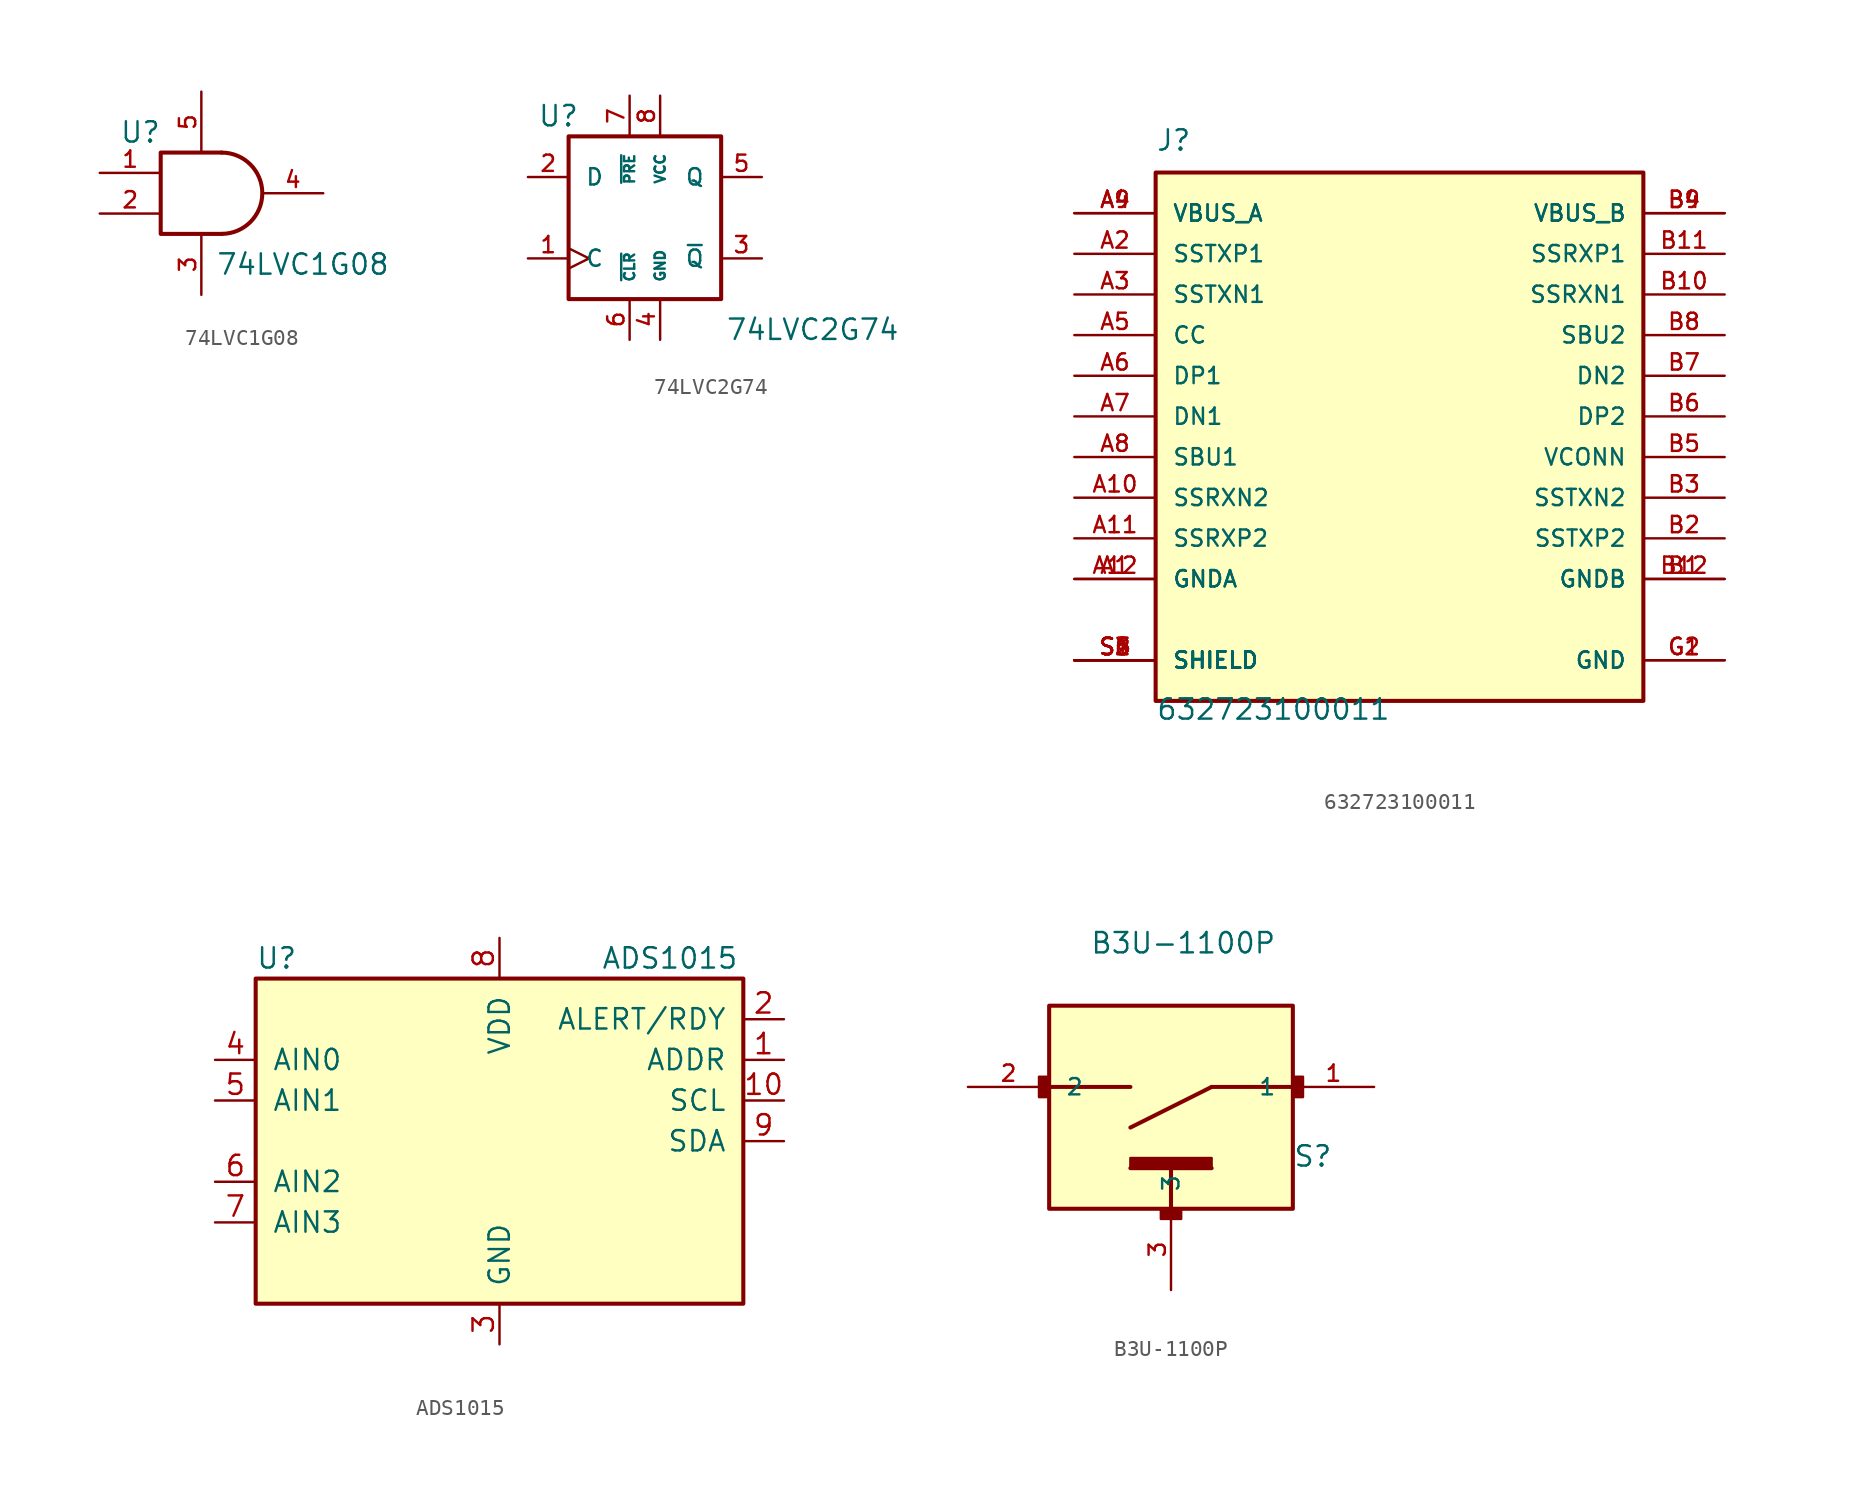
<source format=kicad_sym>
(kicad_symbol_lib
  (version 20211014)
  (generator kicad_symbol_editor)
  (symbol "74LVC1G08"
    (pin_names
      (offset 1.016))
    (property "Reference" "U"
      (at -5.08 3.81 0)
      (effects (font (size 1.27 1.27))))
    (property "Value" "74LVC1G08"
      (at 5.08 -4.445 0)
      (effects (font (size 1.27 1.27))))
    (symbol "74LVC1G08_0_1"
      (arc (start 0 -2.54) (mid 2.54 0) (end 0 2.54) (stroke (width 0.254) (type default) (color 0 0 0 0)) (fill (type none)))
      (polyline (pts (xy 0 -2.54) (xy -3.81 -2.54) (xy -3.81 2.54) (xy 0 2.54)) (stroke (width 0.254) (type default) (color 0 0 0 0)) (fill (type none))))
    (symbol "74LVC1G08_1_1"
      (pin input line (at -7.62 1.27 0) (length 3.81) (name "~" (effects (font (size 1.016 1.016)))) (number "1" (effects (font (size 1.016 1.016)))))
      (pin input line (at -7.62 -1.27 0) (length 3.81) (name "~" (effects (font (size 1.016 1.016)))) (number "2" (effects (font (size 1.016 1.016)))))
      (pin power_in line (at -1.27 -6.35 90) (length 3.81) (name "~" (effects (font (size 1.016 1.016)))) (number "3" (effects (font (size 1.016 1.016)))))
      (pin output line (at 6.35 0 180) (length 3.81) (name "~" (effects (font (size 1.016 1.016)))) (number "4" (effects (font (size 1.016 1.016)))))
      (pin power_in line (at -1.27 6.35 270) (length 3.81) (name "~" (effects (font (size 1.016 1.016)))) (number "5" (effects (font (size 1.016 1.016)))))))
  (symbol "74LVC2G74"
    (pin_names
      (offset 1.016))
    (property "Reference" "U"
      (at -4.445 5.08 0)
      (effects (font (size 1.27 1.27))))
    (property "Value" "74LVC2G74"
      (at 11.43 -8.255 0)
      (effects (font (size 1.27 1.27))))
    (symbol "74LVC2G74_0_1"
      (rectangle (start -3.81 3.81) (end 5.715 -6.35) (stroke (width 0.254) (type default) (color 0 0 0 0)) (fill (type none))))
    (symbol "74LVC2G74_1_1"
      (pin input clock (at -6.35 -3.81 0) (length 2.54) (name "C" (effects (font (size 1.016 1.016)))) (number "1" (effects (font (size 1.016 1.016)))))
      (pin input line (at -6.35 1.27 0) (length 2.54) (name "D" (effects (font (size 1.016 1.016)))) (number "2" (effects (font (size 1.016 1.016)))))
      (pin output line (at 8.255 -3.81 180) (length 2.54) (name "~{Q}" (effects (font (size 1.016 1.016)))) (number "3" (effects (font (size 1.016 1.016)))))
      (pin input line (at 1.905 -8.89 90) (length 2.54) (name "GND" (effects (font (size 0.635 0.635)))) (number "4" (effects (font (size 1.016 1.016)))))
      (pin output line (at 8.255 1.27 180) (length 2.54) (name "Q" (effects (font (size 1.016 1.016)))) (number "5" (effects (font (size 1.016 1.016)))))
      (pin input line (at 0 -8.89 90) (length 2.54) (name "~{CLR}" (effects (font (size 0.635 0.635)))) (number "6" (effects (font (size 1.016 1.016)))))
      (pin input line (at 0 6.35 270) (length 2.54) (name "~{PRE}" (effects (font (size 0.635 0.635)))) (number "7" (effects (font (size 1.016 1.016)))))
      (pin input line (at 1.905 6.35 270) (length 2.54) (name "VCC" (effects (font (size 0.635 0.635)))) (number "8" (effects (font (size 1.016 1.016)))))))
  (symbol "632723100011"
    (pin_names
      (offset 1.016))
    (property "Reference" "J"
      (at -15.24 16.51 0)
      (effects (font (size 1.27 1.27)) (justify left bottom)))
    (property "Value" "632723100011"
      (at -15.24 -19.05 0)
      (effects (font (size 1.27 1.27)) (justify left bottom)))
    (property "ki_locked" ""
      (at 0 0 0)
      (effects (font (size 1.27 1.27))))
    (symbol "632723100011_0_0"
      (rectangle (start -15.24 -17.78) (end 15.24 15.24) (stroke (width 0.254) (type default) (color 0 0 0 0)) (fill (type background)))
      (pin power_in line (at -20.32 -10.16 0) (length 5.08) (name "GNDA" (effects (font (size 1.016 1.016)))) (number "A1" (effects (font (size 1.016 1.016)))))
      (pin bidirectional line (at -20.32 -5.08 0) (length 5.08) (name "SSRXN2" (effects (font (size 1.016 1.016)))) (number "A10" (effects (font (size 1.016 1.016)))))
      (pin bidirectional line (at -20.32 -7.62 0) (length 5.08) (name "SSRXP2" (effects (font (size 1.016 1.016)))) (number "A11" (effects (font (size 1.016 1.016)))))
      (pin power_in line (at -20.32 -10.16 0) (length 5.08) (name "GNDA" (effects (font (size 1.016 1.016)))) (number "A12" (effects (font (size 1.016 1.016)))))
      (pin bidirectional line (at -20.32 10.16 0) (length 5.08) (name "SSTXP1" (effects (font (size 1.016 1.016)))) (number "A2" (effects (font (size 1.016 1.016)))))
      (pin bidirectional line (at -20.32 7.62 0) (length 5.08) (name "SSTXN1" (effects (font (size 1.016 1.016)))) (number "A3" (effects (font (size 1.016 1.016)))))
      (pin power_in line (at -20.32 12.7 0) (length 5.08) (name "VBUS_A" (effects (font (size 1.016 1.016)))) (number "A4" (effects (font (size 1.016 1.016)))))
      (pin bidirectional line (at -20.32 5.08 0) (length 5.08) (name "CC" (effects (font (size 1.016 1.016)))) (number "A5" (effects (font (size 1.016 1.016)))))
      (pin bidirectional line (at -20.32 2.54 0) (length 5.08) (name "DP1" (effects (font (size 1.016 1.016)))) (number "A6" (effects (font (size 1.016 1.016)))))
      (pin bidirectional line (at -20.32 0 0) (length 5.08) (name "DN1" (effects (font (size 1.016 1.016)))) (number "A7" (effects (font (size 1.016 1.016)))))
      (pin bidirectional line (at -20.32 -2.54 0) (length 5.08) (name "SBU1" (effects (font (size 1.016 1.016)))) (number "A8" (effects (font (size 1.016 1.016)))))
      (pin power_in line (at -20.32 12.7 0) (length 5.08) (name "VBUS_A" (effects (font (size 1.016 1.016)))) (number "A9" (effects (font (size 1.016 1.016)))))
      (pin power_in line (at 20.32 -10.16 180) (length 5.08) (name "GNDB" (effects (font (size 1.016 1.016)))) (number "B1" (effects (font (size 1.016 1.016)))))
      (pin bidirectional line (at 20.32 7.62 180) (length 5.08) (name "SSRXN1" (effects (font (size 1.016 1.016)))) (number "B10" (effects (font (size 1.016 1.016)))))
      (pin bidirectional line (at 20.32 10.16 180) (length 5.08) (name "SSRXP1" (effects (font (size 1.016 1.016)))) (number "B11" (effects (font (size 1.016 1.016)))))
      (pin power_in line (at 20.32 -10.16 180) (length 5.08) (name "GNDB" (effects (font (size 1.016 1.016)))) (number "B12" (effects (font (size 1.016 1.016)))))
      (pin bidirectional line (at 20.32 -7.62 180) (length 5.08) (name "SSTXP2" (effects (font (size 1.016 1.016)))) (number "B2" (effects (font (size 1.016 1.016)))))
      (pin bidirectional line (at 20.32 -5.08 180) (length 5.08) (name "SSTXN2" (effects (font (size 1.016 1.016)))) (number "B3" (effects (font (size 1.016 1.016)))))
      (pin power_in line (at 20.32 12.7 180) (length 5.08) (name "VBUS_B" (effects (font (size 1.016 1.016)))) (number "B4" (effects (font (size 1.016 1.016)))))
      (pin bidirectional line (at 20.32 -2.54 180) (length 5.08) (name "VCONN" (effects (font (size 1.016 1.016)))) (number "B5" (effects (font (size 1.016 1.016)))))
      (pin bidirectional line (at 20.32 0 180) (length 5.08) (name "DP2" (effects (font (size 1.016 1.016)))) (number "B6" (effects (font (size 1.016 1.016)))))
      (pin bidirectional line (at 20.32 2.54 180) (length 5.08) (name "DN2" (effects (font (size 1.016 1.016)))) (number "B7" (effects (font (size 1.016 1.016)))))
      (pin bidirectional line (at 20.32 5.08 180) (length 5.08) (name "SBU2" (effects (font (size 1.016 1.016)))) (number "B8" (effects (font (size 1.016 1.016)))))
      (pin power_in line (at 20.32 12.7 180) (length 5.08) (name "VBUS_B" (effects (font (size 1.016 1.016)))) (number "B9" (effects (font (size 1.016 1.016)))))
      (pin power_in line (at 20.32 -15.24 180) (length 5.08) (name "GND" (effects (font (size 1.016 1.016)))) (number "G1" (effects (font (size 1.016 1.016)))))
      (pin power_in line (at 20.32 -15.24 180) (length 5.08) (name "GND" (effects (font (size 1.016 1.016)))) (number "G2" (effects (font (size 1.016 1.016)))))
      (pin passive line (at -20.32 -15.24 0) (length 5.08) (name "SHIELD" (effects (font (size 1.016 1.016)))) (number "S1" (effects (font (size 1.016 1.016)))))
      (pin passive line (at -20.32 -15.24 0) (length 5.08) (name "SHIELD" (effects (font (size 1.016 1.016)))) (number "S2" (effects (font (size 1.016 1.016)))))
      (pin passive line (at -20.32 -15.24 0) (length 5.08) (name "SHIELD" (effects (font (size 1.016 1.016)))) (number "S3" (effects (font (size 1.016 1.016)))))
      (pin passive line (at -20.32 -15.24 0) (length 5.08) (name "SHIELD" (effects (font (size 1.016 1.016)))) (number "S4" (effects (font (size 1.016 1.016)))))
      (pin passive line (at -20.32 -15.24 0) (length 5.08) (name "SHIELD" (effects (font (size 1.016 1.016)))) (number "S5" (effects (font (size 1.016 1.016)))))
      (pin passive line (at -20.32 -15.24 0) (length 5.08) (name "SHIELD" (effects (font (size 1.016 1.016)))) (number "S6" (effects (font (size 1.016 1.016)))))))
  (symbol "ADS1015"
    (pin_names
      (offset 1.016))
    (property "Reference" "U"
      (at -15.24 11.43 0)
      (effects (font (size 1.27 1.27)) (justify left)))
    (property "Value" "ADS1015"
      (at 6.35 11.43 0)
      (effects (font (size 1.27 1.27)) (justify left)))
    (property "Footprint" ""
      (at -1.27 -1.27 0)
      (effects (font (size 1.27 1.27))))
    (property "Datasheet" ""
      (at -22.86 10.16 0)
      (effects (font (size 1.27 1.27))))
    (symbol "ADS1015_0_1"
      (rectangle (start 15.24 10.16) (end -15.24 -10.16) (stroke (width 0.254) (type default) (color 0 0 0 0)) (fill (type background))))
    (symbol "ADS1015_1_1"
      (pin input line (at 17.78 5.08 180) (length 2.54) (name "ADDR" (effects (font (size 1.27 1.27)))) (number "1" (effects (font (size 1.27 1.27)))))
      (pin input line (at 17.78 2.54 180) (length 2.54) (name "SCL" (effects (font (size 1.27 1.27)))) (number "10" (effects (font (size 1.27 1.27)))))
      (pin input line (at 17.78 7.62 180) (length 2.54) (name "ALERT/RDY" (effects (font (size 1.27 1.27)))) (number "2" (effects (font (size 1.27 1.27)))))
      (pin power_in line (at 0 -12.7 90) (length 2.54) (name "GND" (effects (font (size 1.27 1.27)))) (number "3" (effects (font (size 1.27 1.27)))))
      (pin input line (at -17.78 5.08 0) (length 2.54) (name "AIN0" (effects (font (size 1.27 1.27)))) (number "4" (effects (font (size 1.27 1.27)))))
      (pin input line (at -17.78 2.54 0) (length 2.54) (name "AIN1" (effects (font (size 1.27 1.27)))) (number "5" (effects (font (size 1.27 1.27)))))
      (pin input line (at -17.78 -2.54 0) (length 2.54) (name "AIN2" (effects (font (size 1.27 1.27)))) (number "6" (effects (font (size 1.27 1.27)))))
      (pin input line (at -17.78 -5.08 0) (length 2.54) (name "AIN3" (effects (font (size 1.27 1.27)))) (number "7" (effects (font (size 1.27 1.27)))))
      (pin power_in line (at 0 12.7 270) (length 2.54) (name "VDD" (effects (font (size 1.27 1.27)))) (number "8" (effects (font (size 1.27 1.27)))))
      (pin input line (at 17.78 0 180) (length 2.54) (name "SDA" (effects (font (size 1.27 1.27)))) (number "9" (effects (font (size 1.27 1.27)))))))
  (symbol "B3U-1100P"
    (pin_names
      (offset 1.016))
    (property "Reference" "S"
      (at 7.62 -5.08 0)
      (effects (font (size 1.27 1.27)) (justify left bottom)))
    (property "Value" "B3U-1100P"
      (at -5.08 8.255 0)
      (effects (font (size 1.27 1.27)) (justify left bottom)))
    (property "ki_locked" ""
      (at 0 0 0)
      (effects (font (size 1.27 1.27))))
    (symbol "B3U-1100P_0_0"
      (rectangle (start -8.255 -0.635) (end -7.62 0.635) (stroke (width 0) (type default) (color 0 0 0 0)) (fill (type outline)))
      (rectangle (start -7.62 -7.62) (end 7.62 5.08) (stroke (width 0.254) (type default) (color 0 0 0 0)) (fill (type background)))
      (rectangle (start -2.54 -5.08) (end 2.54 -4.445) (stroke (width 0) (type default) (color 0 0 0 0)) (fill (type outline)))
      (rectangle (start -0.635 -8.255) (end 0.635 -7.62) (stroke (width 0) (type default) (color 0 0 0 0)) (fill (type outline)))
      (polyline (pts (xy -2.54 -5.08) (xy 0 -5.08)) (stroke (width 0.254) (type default) (color 0 0 0 0)) (fill (type none)))
      (polyline (pts (xy -2.54 -2.54) (xy 2.54 0)) (stroke (width 0.254) (type default) (color 0 0 0 0)) (fill (type none)))
      (polyline (pts (xy -2.54 0) (xy -7.62 0)) (stroke (width 0.254) (type default) (color 0 0 0 0)) (fill (type none)))
      (polyline (pts (xy 0 -5.08) (xy 0 -7.62)) (stroke (width 0.254) (type default) (color 0 0 0 0)) (fill (type none)))
      (polyline (pts (xy 0 -5.08) (xy 2.54 -5.08)) (stroke (width 0.254) (type default) (color 0 0 0 0)) (fill (type none)))
      (polyline (pts (xy 2.54 0) (xy 7.62 0)) (stroke (width 0.254) (type default) (color 0 0 0 0)) (fill (type none)))
      (rectangle (start 7.62 -0.635) (end 8.255 0.635) (stroke (width 0) (type default) (color 0 0 0 0)) (fill (type outline)))
      (pin passive line (at 12.7 0 180) (length 5.08) (name "1" (effects (font (size 1.016 1.016)))) (number "1" (effects (font (size 1.016 1.016)))))
      (pin passive line (at -12.7 0 0) (length 5.08) (name "2" (effects (font (size 1.016 1.016)))) (number "2" (effects (font (size 1.016 1.016)))))
      (pin passive line (at 0 -12.7 90) (length 5.08) (name "3" (effects (font (size 1.016 1.016)))) (number "3" (effects (font (size 1.016 1.016))))))))
</source>
